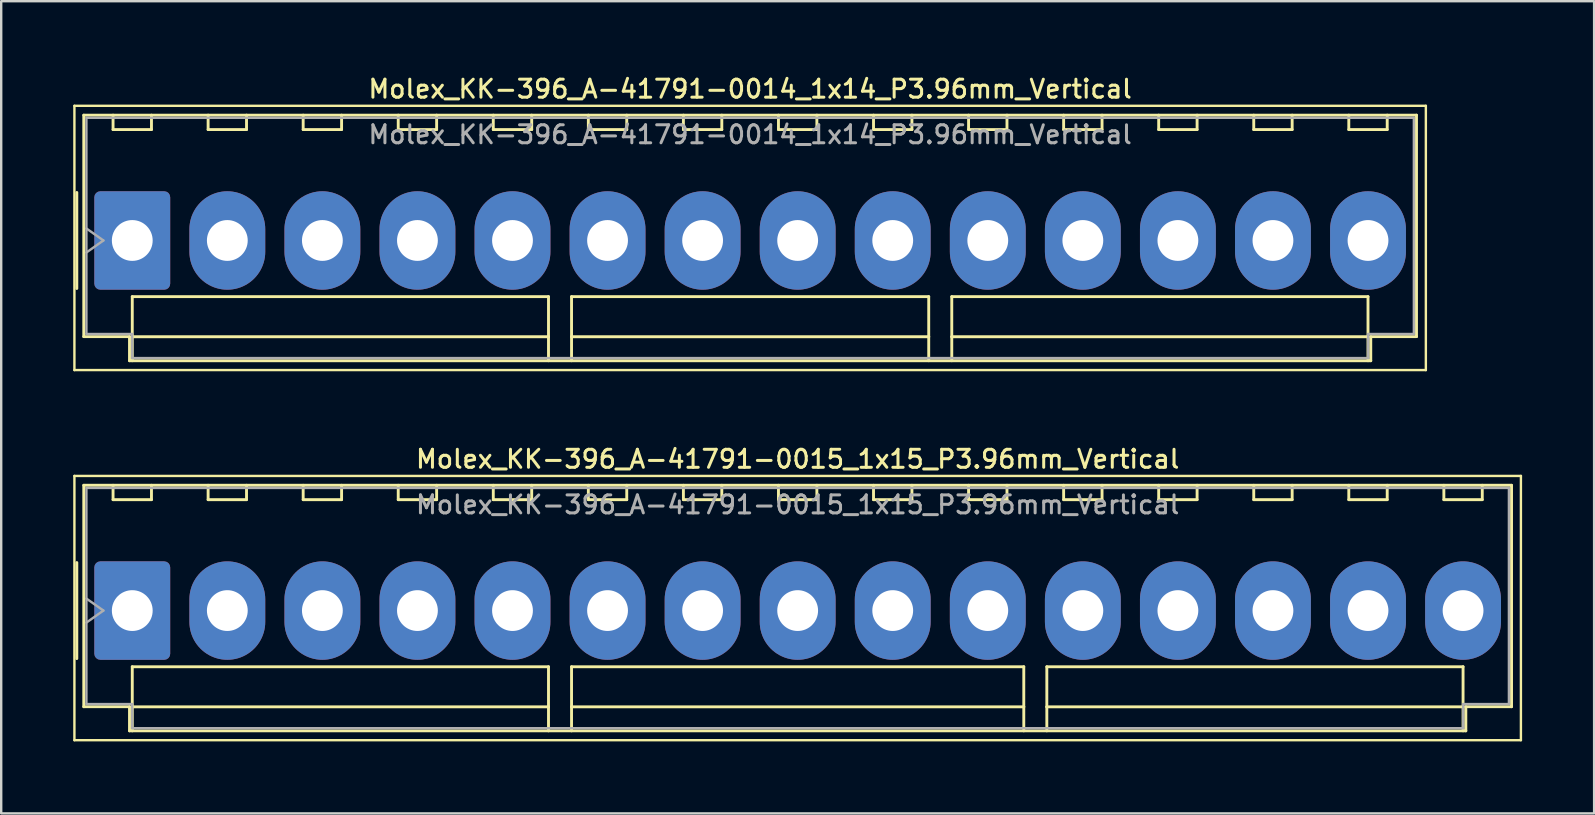
<source format=kicad_pcb>
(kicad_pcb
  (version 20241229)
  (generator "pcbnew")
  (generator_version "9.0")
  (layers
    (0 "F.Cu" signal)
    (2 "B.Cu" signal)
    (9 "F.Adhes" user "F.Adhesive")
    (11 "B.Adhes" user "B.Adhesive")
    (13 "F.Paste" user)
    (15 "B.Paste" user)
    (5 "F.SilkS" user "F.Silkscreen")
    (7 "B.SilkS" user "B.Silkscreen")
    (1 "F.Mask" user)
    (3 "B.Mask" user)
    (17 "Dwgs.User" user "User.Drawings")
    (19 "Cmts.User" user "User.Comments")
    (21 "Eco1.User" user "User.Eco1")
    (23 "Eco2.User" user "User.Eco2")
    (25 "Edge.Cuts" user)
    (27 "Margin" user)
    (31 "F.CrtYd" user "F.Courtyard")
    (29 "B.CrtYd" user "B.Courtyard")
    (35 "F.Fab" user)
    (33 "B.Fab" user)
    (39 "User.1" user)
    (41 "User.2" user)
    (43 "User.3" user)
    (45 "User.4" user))
  (footprint "Molex_KK-396_A-41791-0015_1x15_P3.96mm_Vertical"
    (layer "F.Cu")
    (at 2.46 22.386)
    (property "Reference" "Molex_KK-396_A-41791-0015_1x15_P3.96mm_Vertical" (at 27.72 -6.31 0) (layer "F.SilkS") (effects (font (size 0.75 0.75) (thickness 0.125))))
    (attr through_hole)
    (fp_line (start -2.41 -5.61) (end -2.41 5.4) (stroke (width 0.1) (type solid)) (layer "F.SilkS"))
    (fp_line (start -2.41 5.4) (end 57.85 5.4) (stroke (width 0.1) (type solid)) (layer "F.SilkS"))
    (fp_line (start -2.31 -2) (end -2.31 2) (stroke (width 0.12) (type solid)) (layer "F.SilkS"))
    (fp_line (start -2.02 -5.22) (end 57.46 -5.22) (stroke (width 0.12) (type solid)) (layer "F.SilkS"))
    (fp_line (start -2.02 4.005) (end -2.02 -5.22) (stroke (width 0.12) (type solid)) (layer "F.SilkS"))
    (fp_line (start -0.8 -5.22) (end -0.8 -4.62) (stroke (width 0.12) (type solid)) (layer "F.SilkS"))
    (fp_line (start -0.8 -4.62) (end 0.8 -4.62) (stroke (width 0.12) (type solid)) (layer "F.SilkS"))
    (fp_line (start -0.115 4.005) (end -2.02 4.005) (stroke (width 0.12) (type solid)) (layer "F.SilkS"))
    (fp_line (start -0.115 5.01) (end -0.115 4.005) (stroke (width 0.12) (type solid)) (layer "F.SilkS"))
    (fp_line (start 0 2.34) (end 17.34 2.34) (stroke (width 0.12) (type solid)) (layer "F.SilkS"))
    (fp_line (start 0 4.01) (end 0 2.34) (stroke (width 0.12) (type solid)) (layer "F.SilkS"))
    (fp_line (start 0 4.01) (end 17.34 4.01) (stroke (width 0.12) (type solid)) (layer "F.SilkS"))
    (fp_line (start 0 5.01) (end 0 4.01) (stroke (width 0.12) (type solid)) (layer "F.SilkS"))
    (fp_line (start 0.8 -4.62) (end 0.8 -5.22) (stroke (width 0.12) (type solid)) (layer "F.SilkS"))
    (fp_line (start 3.16 -5.22) (end 3.16 -4.62) (stroke (width 0.12) (type solid)) (layer "F.SilkS"))
    (fp_line (start 3.16 -4.62) (end 4.76 -4.62) (stroke (width 0.12) (type solid)) (layer "F.SilkS"))
    (fp_line (start 4.76 -4.62) (end 4.76 -5.22) (stroke (width 0.12) (type solid)) (layer "F.SilkS"))
    (fp_line (start 7.12 -5.22) (end 7.12 -4.62) (stroke (width 0.12) (type solid)) (layer "F.SilkS"))
    (fp_line (start 7.12 -4.62) (end 8.72 -4.62) (stroke (width 0.12) (type solid)) (layer "F.SilkS"))
    (fp_line (start 8.72 -4.62) (end 8.72 -5.22) (stroke (width 0.12) (type solid)) (layer "F.SilkS"))
    (fp_line (start 11.08 -5.22) (end 11.08 -4.62) (stroke (width 0.12) (type solid)) (layer "F.SilkS"))
    (fp_line (start 11.08 -4.62) (end 12.68 -4.62) (stroke (width 0.12) (type solid)) (layer "F.SilkS"))
    (fp_line (start 12.68 -4.62) (end 12.68 -5.22) (stroke (width 0.12) (type solid)) (layer "F.SilkS"))
    (fp_line (start 15.04 -5.22) (end 15.04 -4.62) (stroke (width 0.12) (type solid)) (layer "F.SilkS"))
    (fp_line (start 15.04 -4.62) (end 16.64 -4.62) (stroke (width 0.12) (type solid)) (layer "F.SilkS"))
    (fp_line (start 16.64 -4.62) (end 16.64 -5.22) (stroke (width 0.12) (type solid)) (layer "F.SilkS"))
    (fp_line (start 17.34 2.34) (end 17.34 4.01) (stroke (width 0.12) (type solid)) (layer "F.SilkS"))
    (fp_line (start 17.34 4.01) (end 17.34 5.01) (stroke (width 0.12) (type solid)) (layer "F.SilkS"))
    (fp_line (start 18.3 2.34) (end 37.14 2.34) (stroke (width 0.12) (type solid)) (layer "F.SilkS"))
    (fp_line (start 18.3 4.01) (end 18.3 2.34) (stroke (width 0.12) (type solid)) (layer "F.SilkS"))
    (fp_line (start 18.3 4.01) (end 37.14 4.01) (stroke (width 0.12) (type solid)) (layer "F.SilkS"))
    (fp_line (start 18.3 5.01) (end 18.3 4.01) (stroke (width 0.12) (type solid)) (layer "F.SilkS"))
    (fp_line (start 19 -5.22) (end 19 -4.62) (stroke (width 0.12) (type solid)) (layer "F.SilkS"))
    (fp_line (start 19 -4.62) (end 20.6 -4.62) (stroke (width 0.12) (type solid)) (layer "F.SilkS"))
    (fp_line (start 20.6 -4.62) (end 20.6 -5.22) (stroke (width 0.12) (type solid)) (layer "F.SilkS"))
    (fp_line (start 22.96 -5.22) (end 22.96 -4.62) (stroke (width 0.12) (type solid)) (layer "F.SilkS"))
    (fp_line (start 22.96 -4.62) (end 24.56 -4.62) (stroke (width 0.12) (type solid)) (layer "F.SilkS"))
    (fp_line (start 24.56 -4.62) (end 24.56 -5.22) (stroke (width 0.12) (type solid)) (layer "F.SilkS"))
    (fp_line (start 26.92 -5.22) (end 26.92 -4.62) (stroke (width 0.12) (type solid)) (layer "F.SilkS"))
    (fp_line (start 26.92 -4.62) (end 28.52 -4.62) (stroke (width 0.12) (type solid)) (layer "F.SilkS"))
    (fp_line (start 28.52 -4.62) (end 28.52 -5.22) (stroke (width 0.12) (type solid)) (layer "F.SilkS"))
    (fp_line (start 30.88 -5.22) (end 30.88 -4.62) (stroke (width 0.12) (type solid)) (layer "F.SilkS"))
    (fp_line (start 30.88 -4.62) (end 32.48 -4.62) (stroke (width 0.12) (type solid)) (layer "F.SilkS"))
    (fp_line (start 32.48 -4.62) (end 32.48 -5.22) (stroke (width 0.12) (type solid)) (layer "F.SilkS"))
    (fp_line (start 34.84 -5.22) (end 34.84 -4.62) (stroke (width 0.12) (type solid)) (layer "F.SilkS"))
    (fp_line (start 34.84 -4.62) (end 36.44 -4.62) (stroke (width 0.12) (type solid)) (layer "F.SilkS"))
    (fp_line (start 36.44 -4.62) (end 36.44 -5.22) (stroke (width 0.12) (type solid)) (layer "F.SilkS"))
    (fp_line (start 37.14 2.34) (end 37.14 4.01) (stroke (width 0.12) (type solid)) (layer "F.SilkS"))
    (fp_line (start 37.14 4.01) (end 37.14 5.01) (stroke (width 0.12) (type solid)) (layer "F.SilkS"))
    (fp_line (start 38.1 2.34) (end 55.44 2.34) (stroke (width 0.12) (type solid)) (layer "F.SilkS"))
    (fp_line (start 38.1 4.01) (end 38.1 2.34) (stroke (width 0.12) (type solid)) (layer "F.SilkS"))
    (fp_line (start 38.1 4.01) (end 55.44 4.01) (stroke (width 0.12) (type solid)) (layer "F.SilkS"))
    (fp_line (start 38.1 5.01) (end 38.1 4.01) (stroke (width 0.12) (type solid)) (layer "F.SilkS"))
    (fp_line (start 38.8 -5.22) (end 38.8 -4.62) (stroke (width 0.12) (type solid)) (layer "F.SilkS"))
    (fp_line (start 38.8 -4.62) (end 40.4 -4.62) (stroke (width 0.12) (type solid)) (layer "F.SilkS"))
    (fp_line (start 40.4 -4.62) (end 40.4 -5.22) (stroke (width 0.12) (type solid)) (layer "F.SilkS"))
    (fp_line (start 42.76 -5.22) (end 42.76 -4.62) (stroke (width 0.12) (type solid)) (layer "F.SilkS"))
    (fp_line (start 42.76 -4.62) (end 44.36 -4.62) (stroke (width 0.12) (type solid)) (layer "F.SilkS"))
    (fp_line (start 44.36 -4.62) (end 44.36 -5.22) (stroke (width 0.12) (type solid)) (layer "F.SilkS"))
    (fp_line (start 46.72 -5.22) (end 46.72 -4.62) (stroke (width 0.12) (type solid)) (layer "F.SilkS"))
    (fp_line (start 46.72 -4.62) (end 48.32 -4.62) (stroke (width 0.12) (type solid)) (layer "F.SilkS"))
    (fp_line (start 48.32 -4.62) (end 48.32 -5.22) (stroke (width 0.12) (type solid)) (layer "F.SilkS"))
    (fp_line (start 50.68 -5.22) (end 50.68 -4.62) (stroke (width 0.12) (type solid)) (layer "F.SilkS"))
    (fp_line (start 50.68 -4.62) (end 52.28 -4.62) (stroke (width 0.12) (type solid)) (layer "F.SilkS"))
    (fp_line (start 52.28 -4.62) (end 52.28 -5.22) (stroke (width 0.12) (type solid)) (layer "F.SilkS"))
    (fp_line (start 54.64 -5.22) (end 54.64 -4.62) (stroke (width 0.12) (type solid)) (layer "F.SilkS"))
    (fp_line (start 54.64 -4.62) (end 56.24 -4.62) (stroke (width 0.12) (type solid)) (layer "F.SilkS"))
    (fp_line (start 55.44 2.34) (end 55.44 4.01) (stroke (width 0.12) (type solid)) (layer "F.SilkS"))
    (fp_line (start 55.44 4.01) (end 55.44 5.01) (stroke (width 0.12) (type solid)) (layer "F.SilkS"))
    (fp_line (start 55.555 4.005) (end 55.555 5.01) (stroke (width 0.12) (type solid)) (layer "F.SilkS"))
    (fp_line (start 55.555 5.01) (end -0.115 5.01) (stroke (width 0.12) (type solid)) (layer "F.SilkS"))
    (fp_line (start 56.24 -4.62) (end 56.24 -5.22) (stroke (width 0.12) (type solid)) (layer "F.SilkS"))
    (fp_line (start 57.46 -5.22) (end 57.46 4.005) (stroke (width 0.12) (type solid)) (layer "F.SilkS"))
    (fp_line (start 57.46 4.005) (end 55.555 4.005) (stroke (width 0.12) (type solid)) (layer "F.SilkS"))
    (fp_line (start 57.85 -5.61) (end -2.41 -5.61) (stroke (width 0.1) (type solid)) (layer "F.SilkS"))
    (fp_line (start 57.85 5.4) (end 57.85 -5.61) (stroke (width 0.1) (type solid)) (layer "F.SilkS"))
    (fp_line (start -1.91 -5.11) (end 57.35 -5.11) (stroke (width 0.1) (type solid)) (layer "F.Fab"))
    (fp_line (start -1.91 -0.5) (end -1.203 0) (stroke (width 0.1) (type solid)) (layer "F.Fab"))
    (fp_line (start -1.91 3.895) (end -1.91 -5.11) (stroke (width 0.1) (type solid)) (layer "F.Fab"))
    (fp_line (start -1.203 0) (end -1.91 0.5) (stroke (width 0.1) (type solid)) (layer "F.Fab"))
    (fp_line (start -0.005 3.895) (end -1.91 3.895) (stroke (width 0.1) (type solid)) (layer "F.Fab"))
    (fp_line (start -0.005 4.9) (end -0.005 3.895) (stroke (width 0.1) (type solid)) (layer "F.Fab"))
    (fp_line (start 55.445 3.895) (end 55.445 4.9) (stroke (width 0.1) (type solid)) (layer "F.Fab"))
    (fp_line (start 55.445 4.9) (end -0.005 4.9) (stroke (width 0.1) (type solid)) (layer "F.Fab"))
    (fp_line (start 57.35 -5.11) (end 57.35 3.895) (stroke (width 0.1) (type solid)) (layer "F.Fab"))
    (fp_line (start 57.35 3.895) (end 55.445 3.895) (stroke (width 0.1) (type solid)) (layer "F.Fab"))
    (fp_text user "${REFERENCE}" (at 27.72 -4.41 0) (layer "F.Fab") (effects (font (size 0.75 0.75) (thickness 0.125))))
    (pad "1" thru_hole roundrect (at 0 0) (size 3.16 4.1) (drill 1.7) (layers "*.Cu" "*.Mask") (roundrect_rratio 0.079))
    (pad "2" thru_hole oval (at 3.96 0) (size 3.16 4.1) (drill 1.7) (layers "*.Cu" "*.Mask"))
    (pad "3" thru_hole oval (at 7.92 0) (size 3.16 4.1) (drill 1.7) (layers "*.Cu" "*.Mask"))
    (pad "4" thru_hole oval (at 11.88 0) (size 3.16 4.1) (drill 1.7) (layers "*.Cu" "*.Mask"))
    (pad "5" thru_hole oval (at 15.84 0) (size 3.16 4.1) (drill 1.7) (layers "*.Cu" "*.Mask"))
    (pad "6" thru_hole oval (at 19.8 0) (size 3.16 4.1) (drill 1.7) (layers "*.Cu" "*.Mask"))
    (pad "7" thru_hole oval (at 23.76 0) (size 3.16 4.1) (drill 1.7) (layers "*.Cu" "*.Mask"))
    (pad "8" thru_hole oval (at 27.72 0) (size 3.16 4.1) (drill 1.7) (layers "*.Cu" "*.Mask"))
    (pad "9" thru_hole oval (at 31.68 0) (size 3.16 4.1) (drill 1.7) (layers "*.Cu" "*.Mask"))
    (pad "10" thru_hole oval (at 35.64 0) (size 3.16 4.1) (drill 1.7) (layers "*.Cu" "*.Mask"))
    (pad "11" thru_hole oval (at 39.6 0) (size 3.16 4.1) (drill 1.7) (layers "*.Cu" "*.Mask"))
    (pad "12" thru_hole oval (at 43.56 0) (size 3.16 4.1) (drill 1.7) (layers "*.Cu" "*.Mask"))
    (pad "13" thru_hole oval (at 47.52 0) (size 3.16 4.1) (drill 1.7) (layers "*.Cu" "*.Mask"))
    (pad "14" thru_hole oval (at 51.48 0) (size 3.16 4.1) (drill 1.7) (layers "*.Cu" "*.Mask"))
    (pad "15" thru_hole oval (at 55.44 0) (size 3.16 4.1) (drill 1.7) (layers "*.Cu" "*.Mask")))
  (footprint "Molex_KK-396_A-41791-0014_1x14_P3.96mm_Vertical"
    (layer "F.Cu")
    (at 2.46 6.968)
    (property "Reference" "Molex_KK-396_A-41791-0014_1x14_P3.96mm_Vertical" (at 25.74 -6.31 0) (layer "F.SilkS") (effects (font (size 0.75 0.75) (thickness 0.125))))
    (attr through_hole)
    (fp_line (start -2.41 -5.61) (end -2.41 5.4) (stroke (width 0.1) (type solid)) (layer "F.SilkS"))
    (fp_line (start -2.41 5.4) (end 53.89 5.4) (stroke (width 0.1) (type solid)) (layer "F.SilkS"))
    (fp_line (start -2.31 -2) (end -2.31 2) (stroke (width 0.12) (type solid)) (layer "F.SilkS"))
    (fp_line (start -2.02 -5.22) (end 53.5 -5.22) (stroke (width 0.12) (type solid)) (layer "F.SilkS"))
    (fp_line (start -2.02 4.005) (end -2.02 -5.22) (stroke (width 0.12) (type solid)) (layer "F.SilkS"))
    (fp_line (start -0.8 -5.22) (end -0.8 -4.62) (stroke (width 0.12) (type solid)) (layer "F.SilkS"))
    (fp_line (start -0.8 -4.62) (end 0.8 -4.62) (stroke (width 0.12) (type solid)) (layer "F.SilkS"))
    (fp_line (start -0.115 4.005) (end -2.02 4.005) (stroke (width 0.12) (type solid)) (layer "F.SilkS"))
    (fp_line (start -0.115 5.01) (end -0.115 4.005) (stroke (width 0.12) (type solid)) (layer "F.SilkS"))
    (fp_line (start 0 2.34) (end 17.34 2.34) (stroke (width 0.12) (type solid)) (layer "F.SilkS"))
    (fp_line (start 0 4.01) (end 0 2.34) (stroke (width 0.12) (type solid)) (layer "F.SilkS"))
    (fp_line (start 0 4.01) (end 17.34 4.01) (stroke (width 0.12) (type solid)) (layer "F.SilkS"))
    (fp_line (start 0 5.01) (end 0 4.01) (stroke (width 0.12) (type solid)) (layer "F.SilkS"))
    (fp_line (start 0.8 -4.62) (end 0.8 -5.22) (stroke (width 0.12) (type solid)) (layer "F.SilkS"))
    (fp_line (start 3.16 -5.22) (end 3.16 -4.62) (stroke (width 0.12) (type solid)) (layer "F.SilkS"))
    (fp_line (start 3.16 -4.62) (end 4.76 -4.62) (stroke (width 0.12) (type solid)) (layer "F.SilkS"))
    (fp_line (start 4.76 -4.62) (end 4.76 -5.22) (stroke (width 0.12) (type solid)) (layer "F.SilkS"))
    (fp_line (start 7.12 -5.22) (end 7.12 -4.62) (stroke (width 0.12) (type solid)) (layer "F.SilkS"))
    (fp_line (start 7.12 -4.62) (end 8.72 -4.62) (stroke (width 0.12) (type solid)) (layer "F.SilkS"))
    (fp_line (start 8.72 -4.62) (end 8.72 -5.22) (stroke (width 0.12) (type solid)) (layer "F.SilkS"))
    (fp_line (start 11.08 -5.22) (end 11.08 -4.62) (stroke (width 0.12) (type solid)) (layer "F.SilkS"))
    (fp_line (start 11.08 -4.62) (end 12.68 -4.62) (stroke (width 0.12) (type solid)) (layer "F.SilkS"))
    (fp_line (start 12.68 -4.62) (end 12.68 -5.22) (stroke (width 0.12) (type solid)) (layer "F.SilkS"))
    (fp_line (start 15.04 -5.22) (end 15.04 -4.62) (stroke (width 0.12) (type solid)) (layer "F.SilkS"))
    (fp_line (start 15.04 -4.62) (end 16.64 -4.62) (stroke (width 0.12) (type solid)) (layer "F.SilkS"))
    (fp_line (start 16.64 -4.62) (end 16.64 -5.22) (stroke (width 0.12) (type solid)) (layer "F.SilkS"))
    (fp_line (start 17.34 2.34) (end 17.34 4.01) (stroke (width 0.12) (type solid)) (layer "F.SilkS"))
    (fp_line (start 17.34 4.01) (end 17.34 5.01) (stroke (width 0.12) (type solid)) (layer "F.SilkS"))
    (fp_line (start 18.3 2.34) (end 33.18 2.34) (stroke (width 0.12) (type solid)) (layer "F.SilkS"))
    (fp_line (start 18.3 4.01) (end 18.3 2.34) (stroke (width 0.12) (type solid)) (layer "F.SilkS"))
    (fp_line (start 18.3 4.01) (end 33.18 4.01) (stroke (width 0.12) (type solid)) (layer "F.SilkS"))
    (fp_line (start 18.3 5.01) (end 18.3 4.01) (stroke (width 0.12) (type solid)) (layer "F.SilkS"))
    (fp_line (start 19 -5.22) (end 19 -4.62) (stroke (width 0.12) (type solid)) (layer "F.SilkS"))
    (fp_line (start 19 -4.62) (end 20.6 -4.62) (stroke (width 0.12) (type solid)) (layer "F.SilkS"))
    (fp_line (start 20.6 -4.62) (end 20.6 -5.22) (stroke (width 0.12) (type solid)) (layer "F.SilkS"))
    (fp_line (start 22.96 -5.22) (end 22.96 -4.62) (stroke (width 0.12) (type solid)) (layer "F.SilkS"))
    (fp_line (start 22.96 -4.62) (end 24.56 -4.62) (stroke (width 0.12) (type solid)) (layer "F.SilkS"))
    (fp_line (start 24.56 -4.62) (end 24.56 -5.22) (stroke (width 0.12) (type solid)) (layer "F.SilkS"))
    (fp_line (start 26.92 -5.22) (end 26.92 -4.62) (stroke (width 0.12) (type solid)) (layer "F.SilkS"))
    (fp_line (start 26.92 -4.62) (end 28.52 -4.62) (stroke (width 0.12) (type solid)) (layer "F.SilkS"))
    (fp_line (start 28.52 -4.62) (end 28.52 -5.22) (stroke (width 0.12) (type solid)) (layer "F.SilkS"))
    (fp_line (start 30.88 -5.22) (end 30.88 -4.62) (stroke (width 0.12) (type solid)) (layer "F.SilkS"))
    (fp_line (start 30.88 -4.62) (end 32.48 -4.62) (stroke (width 0.12) (type solid)) (layer "F.SilkS"))
    (fp_line (start 32.48 -4.62) (end 32.48 -5.22) (stroke (width 0.12) (type solid)) (layer "F.SilkS"))
    (fp_line (start 33.18 2.34) (end 33.18 4.01) (stroke (width 0.12) (type solid)) (layer "F.SilkS"))
    (fp_line (start 33.18 4.01) (end 33.18 5.01) (stroke (width 0.12) (type solid)) (layer "F.SilkS"))
    (fp_line (start 34.14 2.34) (end 51.48 2.34) (stroke (width 0.12) (type solid)) (layer "F.SilkS"))
    (fp_line (start 34.14 4.01) (end 34.14 2.34) (stroke (width 0.12) (type solid)) (layer "F.SilkS"))
    (fp_line (start 34.14 4.01) (end 51.48 4.01) (stroke (width 0.12) (type solid)) (layer "F.SilkS"))
    (fp_line (start 34.14 5.01) (end 34.14 4.01) (stroke (width 0.12) (type solid)) (layer "F.SilkS"))
    (fp_line (start 34.84 -5.22) (end 34.84 -4.62) (stroke (width 0.12) (type solid)) (layer "F.SilkS"))
    (fp_line (start 34.84 -4.62) (end 36.44 -4.62) (stroke (width 0.12) (type solid)) (layer "F.SilkS"))
    (fp_line (start 36.44 -4.62) (end 36.44 -5.22) (stroke (width 0.12) (type solid)) (layer "F.SilkS"))
    (fp_line (start 38.8 -5.22) (end 38.8 -4.62) (stroke (width 0.12) (type solid)) (layer "F.SilkS"))
    (fp_line (start 38.8 -4.62) (end 40.4 -4.62) (stroke (width 0.12) (type solid)) (layer "F.SilkS"))
    (fp_line (start 40.4 -4.62) (end 40.4 -5.22) (stroke (width 0.12) (type solid)) (layer "F.SilkS"))
    (fp_line (start 42.76 -5.22) (end 42.76 -4.62) (stroke (width 0.12) (type solid)) (layer "F.SilkS"))
    (fp_line (start 42.76 -4.62) (end 44.36 -4.62) (stroke (width 0.12) (type solid)) (layer "F.SilkS"))
    (fp_line (start 44.36 -4.62) (end 44.36 -5.22) (stroke (width 0.12) (type solid)) (layer "F.SilkS"))
    (fp_line (start 46.72 -5.22) (end 46.72 -4.62) (stroke (width 0.12) (type solid)) (layer "F.SilkS"))
    (fp_line (start 46.72 -4.62) (end 48.32 -4.62) (stroke (width 0.12) (type solid)) (layer "F.SilkS"))
    (fp_line (start 48.32 -4.62) (end 48.32 -5.22) (stroke (width 0.12) (type solid)) (layer "F.SilkS"))
    (fp_line (start 50.68 -5.22) (end 50.68 -4.62) (stroke (width 0.12) (type solid)) (layer "F.SilkS"))
    (fp_line (start 50.68 -4.62) (end 52.28 -4.62) (stroke (width 0.12) (type solid)) (layer "F.SilkS"))
    (fp_line (start 51.48 2.34) (end 51.48 4.01) (stroke (width 0.12) (type solid)) (layer "F.SilkS"))
    (fp_line (start 51.48 4.01) (end 51.48 5.01) (stroke (width 0.12) (type solid)) (layer "F.SilkS"))
    (fp_line (start 51.595 4.005) (end 51.595 5.01) (stroke (width 0.12) (type solid)) (layer "F.SilkS"))
    (fp_line (start 51.595 5.01) (end -0.115 5.01) (stroke (width 0.12) (type solid)) (layer "F.SilkS"))
    (fp_line (start 52.28 -4.62) (end 52.28 -5.22) (stroke (width 0.12) (type solid)) (layer "F.SilkS"))
    (fp_line (start 53.5 -5.22) (end 53.5 4.005) (stroke (width 0.12) (type solid)) (layer "F.SilkS"))
    (fp_line (start 53.5 4.005) (end 51.595 4.005) (stroke (width 0.12) (type solid)) (layer "F.SilkS"))
    (fp_line (start 53.89 -5.61) (end -2.41 -5.61) (stroke (width 0.1) (type solid)) (layer "F.SilkS"))
    (fp_line (start 53.89 5.4) (end 53.89 -5.61) (stroke (width 0.1) (type solid)) (layer "F.SilkS"))
    (fp_line (start -1.91 -5.11) (end 53.39 -5.11) (stroke (width 0.1) (type solid)) (layer "F.Fab"))
    (fp_line (start -1.91 -0.5) (end -1.203 0) (stroke (width 0.1) (type solid)) (layer "F.Fab"))
    (fp_line (start -1.91 3.895) (end -1.91 -5.11) (stroke (width 0.1) (type solid)) (layer "F.Fab"))
    (fp_line (start -1.203 0) (end -1.91 0.5) (stroke (width 0.1) (type solid)) (layer "F.Fab"))
    (fp_line (start -0.005 3.895) (end -1.91 3.895) (stroke (width 0.1) (type solid)) (layer "F.Fab"))
    (fp_line (start -0.005 4.9) (end -0.005 3.895) (stroke (width 0.1) (type solid)) (layer "F.Fab"))
    (fp_line (start 51.485 3.895) (end 51.485 4.9) (stroke (width 0.1) (type solid)) (layer "F.Fab"))
    (fp_line (start 51.485 4.9) (end -0.005 4.9) (stroke (width 0.1) (type solid)) (layer "F.Fab"))
    (fp_line (start 53.39 -5.11) (end 53.39 3.895) (stroke (width 0.1) (type solid)) (layer "F.Fab"))
    (fp_line (start 53.39 3.895) (end 51.485 3.895) (stroke (width 0.1) (type solid)) (layer "F.Fab"))
    (fp_text user "${REFERENCE}" (at 25.74 -4.41 0) (layer "F.Fab") (effects (font (size 0.75 0.75) (thickness 0.125))))
    (pad "1" thru_hole roundrect (at 0 0) (size 3.16 4.1) (drill 1.7) (layers "*.Cu" "*.Mask") (roundrect_rratio 0.079))
    (pad "2" thru_hole oval (at 3.96 0) (size 3.16 4.1) (drill 1.7) (layers "*.Cu" "*.Mask"))
    (pad "3" thru_hole oval (at 7.92 0) (size 3.16 4.1) (drill 1.7) (layers "*.Cu" "*.Mask"))
    (pad "4" thru_hole oval (at 11.88 0) (size 3.16 4.1) (drill 1.7) (layers "*.Cu" "*.Mask"))
    (pad "5" thru_hole oval (at 15.84 0) (size 3.16 4.1) (drill 1.7) (layers "*.Cu" "*.Mask"))
    (pad "6" thru_hole oval (at 19.8 0) (size 3.16 4.1) (drill 1.7) (layers "*.Cu" "*.Mask"))
    (pad "7" thru_hole oval (at 23.76 0) (size 3.16 4.1) (drill 1.7) (layers "*.Cu" "*.Mask"))
    (pad "8" thru_hole oval (at 27.72 0) (size 3.16 4.1) (drill 1.7) (layers "*.Cu" "*.Mask"))
    (pad "9" thru_hole oval (at 31.68 0) (size 3.16 4.1) (drill 1.7) (layers "*.Cu" "*.Mask"))
    (pad "10" thru_hole oval (at 35.64 0) (size 3.16 4.1) (drill 1.7) (layers "*.Cu" "*.Mask"))
    (pad "11" thru_hole oval (at 39.6 0) (size 3.16 4.1) (drill 1.7) (layers "*.Cu" "*.Mask"))
    (pad "12" thru_hole oval (at 43.56 0) (size 3.16 4.1) (drill 1.7) (layers "*.Cu" "*.Mask"))
    (pad "13" thru_hole oval (at 47.52 0) (size 3.16 4.1) (drill 1.7) (layers "*.Cu" "*.Mask"))
    (pad "14" thru_hole oval (at 51.48 0) (size 3.16 4.1) (drill 1.7) (layers "*.Cu" "*.Mask")))
  (gr_rect
    (start -3 -3)
    (end 63.36 30.836)
    (stroke (width 0.1) (type default))
    (fill no)
    (layer "Edge.Cuts")))
</source>
